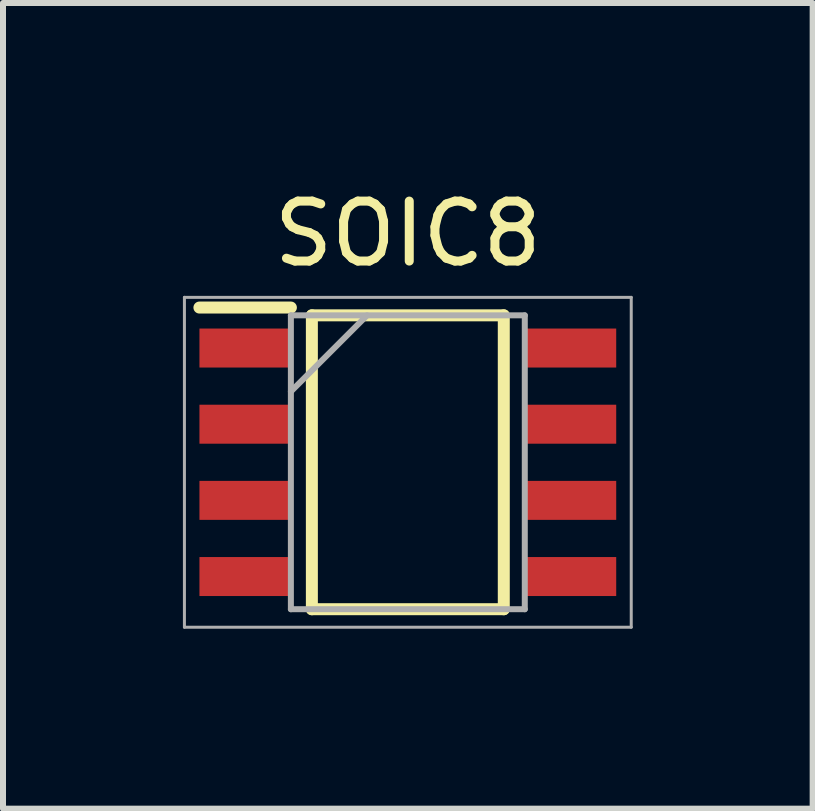
<source format=kicad_pcb>
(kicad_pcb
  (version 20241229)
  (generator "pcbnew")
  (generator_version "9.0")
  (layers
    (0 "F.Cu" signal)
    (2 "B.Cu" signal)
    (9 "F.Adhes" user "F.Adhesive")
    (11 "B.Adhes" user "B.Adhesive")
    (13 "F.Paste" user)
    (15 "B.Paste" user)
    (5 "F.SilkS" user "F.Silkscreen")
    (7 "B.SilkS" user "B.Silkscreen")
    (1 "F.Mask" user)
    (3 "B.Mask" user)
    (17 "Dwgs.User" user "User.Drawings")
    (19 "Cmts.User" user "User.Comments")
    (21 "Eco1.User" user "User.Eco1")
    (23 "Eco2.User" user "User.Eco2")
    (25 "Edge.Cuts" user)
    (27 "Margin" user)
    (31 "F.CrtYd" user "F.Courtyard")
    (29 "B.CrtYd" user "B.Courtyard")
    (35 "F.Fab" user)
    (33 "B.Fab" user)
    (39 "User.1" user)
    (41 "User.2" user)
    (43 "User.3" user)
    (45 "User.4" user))
  (footprint "SOIC8"
    (layer "F.Cu")
    (at 3.75 4.658)
    (property "Reference" "SOIC8" (at 0 -3.81 0) (layer "F.SilkS") (effects (font (size 1 1) (thickness 0.15))))
    (attr smd)
    (fp_line (start -3.475 -2.58) (end -1.95 -2.58) (stroke (width 0.2) (type solid)) (layer "F.SilkS"))
    (fp_line (start -1.6 -2.45) (end 1.6 -2.45) (stroke (width 0.2) (type solid)) (layer "F.SilkS"))
    (fp_line (start -1.6 2.45) (end -1.6 -2.45) (stroke (width 0.2) (type solid)) (layer "F.SilkS"))
    (fp_line (start 1.6 -2.45) (end 1.6 2.45) (stroke (width 0.2) (type solid)) (layer "F.SilkS"))
    (fp_line (start 1.6 2.45) (end -1.6 2.45) (stroke (width 0.2) (type solid)) (layer "F.SilkS"))
    (fp_line (start -3.725 -2.75) (end 3.725 -2.75) (stroke (width 0.05) (type solid)) (layer "F.Fab"))
    (fp_line (start -3.725 2.75) (end -3.725 -2.75) (stroke (width 0.05) (type solid)) (layer "F.Fab"))
    (fp_line (start -1.95 -2.45) (end 1.95 -2.45) (stroke (width 0.1) (type solid)) (layer "F.Fab"))
    (fp_line (start -1.95 -1.18) (end -0.68 -2.45) (stroke (width 0.1) (type solid)) (layer "F.Fab"))
    (fp_line (start -1.95 2.45) (end -1.95 -2.45) (stroke (width 0.1) (type solid)) (layer "F.Fab"))
    (fp_line (start 1.95 -2.45) (end 1.95 2.45) (stroke (width 0.1) (type solid)) (layer "F.Fab"))
    (fp_line (start 1.95 2.45) (end -1.95 2.45) (stroke (width 0.1) (type solid)) (layer "F.Fab"))
    (fp_line (start 3.725 -2.75) (end 3.725 2.75) (stroke (width 0.05) (type solid)) (layer "F.Fab"))
    (fp_line (start 3.725 2.75) (end -3.725 2.75) (stroke (width 0.05) (type solid)) (layer "F.Fab"))
    (pad "1" smd rect (at -2.712 -1.905) (size 1.525 0.65) (layers "F.Cu" "F.Mask" "F.Paste"))
    (pad "2" smd rect (at -2.712 -0.635) (size 1.525 0.65) (layers "F.Cu" "F.Mask" "F.Paste"))
    (pad "3" smd rect (at -2.712 0.635) (size 1.525 0.65) (layers "F.Cu" "F.Mask" "F.Paste"))
    (pad "4" smd rect (at -2.712 1.905) (size 1.525 0.65) (layers "F.Cu" "F.Mask" "F.Paste"))
    (pad "5" smd rect (at 2.712 1.905) (size 1.525 0.65) (layers "F.Cu" "F.Mask" "F.Paste"))
    (pad "6" smd rect (at 2.712 0.635) (size 1.525 0.65) (layers "F.Cu" "F.Mask" "F.Paste"))
    (pad "7" smd rect (at 2.712 -0.635) (size 1.525 0.65) (layers "F.Cu" "F.Mask" "F.Paste"))
    (pad "8" smd rect (at 2.712 -1.905) (size 1.525 0.65) (layers "F.Cu" "F.Mask" "F.Paste")))
  (gr_rect
    (start -3 -3)
    (end 10.5 10.433)
    (stroke (width 0.1) (type default))
    (fill no)
    (layer "Edge.Cuts")))
</source>
